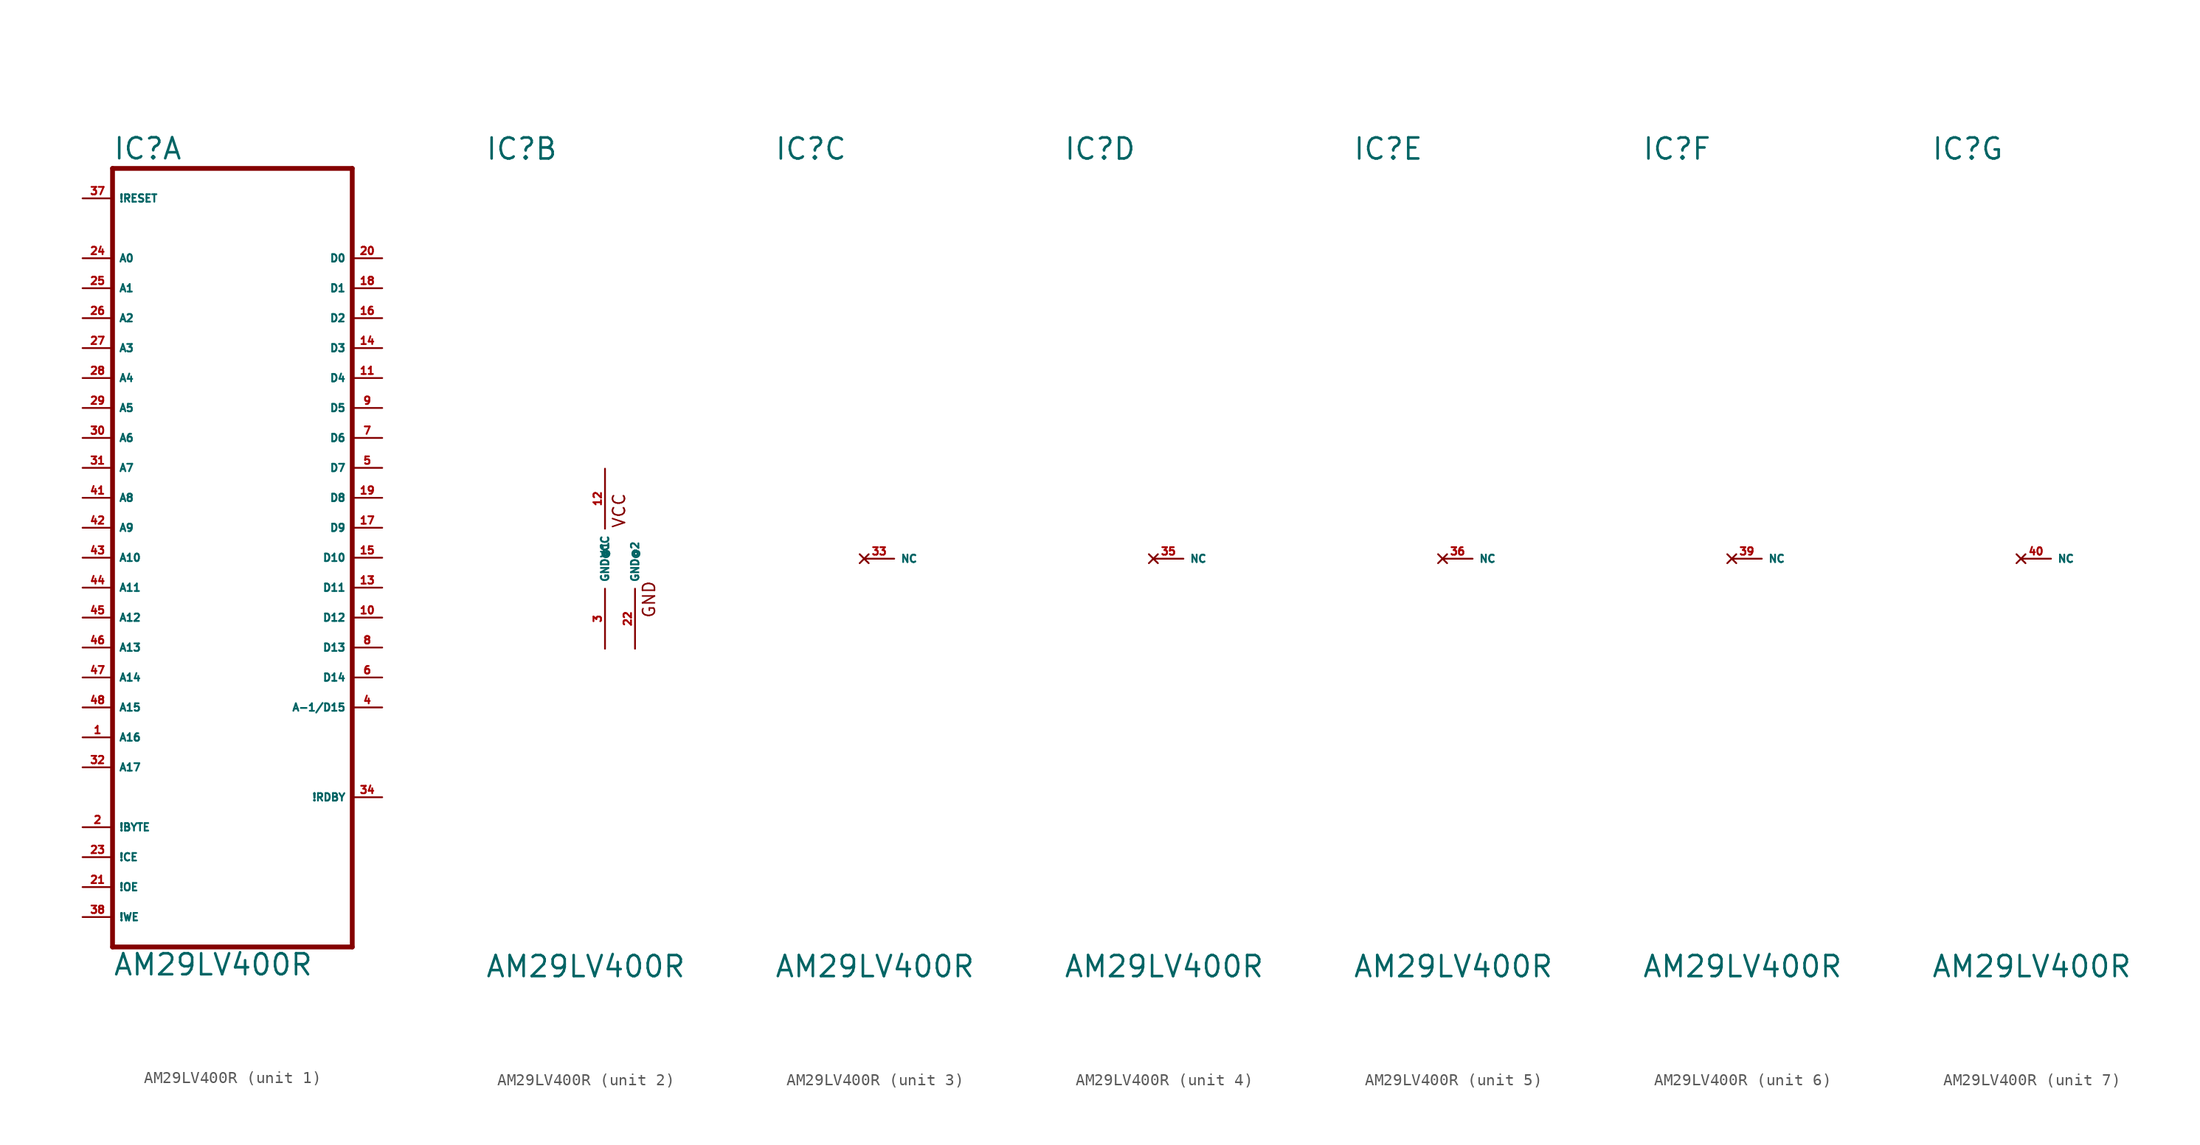
<source format=kicad_sym>
(kicad_symbol_lib
  (version 20220914)
  (generator Eagle2Kicad)
  (symbol "AM29LV400R"
    (property "Reference" "IC"
      (at -10.16 33.655 0)
      (effects (font (size 1.778 1.778) (thickness 0.22)) (justify left bottom)))
    (property "Value" "AM29LV400R"
      (at -10.16 -35.56 0)
      (effects (font (size 1.778 1.778) (thickness 0.22)) (justify left bottom)))
    (symbol "AM29LV400R_1_0"
      (polyline (pts (xy -10.16 -33.02) (xy 10.16 -33.02)) (stroke (width 0.406) (type default)) (fill (type none)))
      (polyline (pts (xy 10.16 -33.02) (xy 10.16 33.02)) (stroke (width 0.406) (type default)) (fill (type none)))
      (polyline (pts (xy 10.16 33.02) (xy -10.16 33.02)) (stroke (width 0.406) (type default)) (fill (type none)))
      (polyline (pts (xy -10.16 33.02) (xy -10.16 -33.02)) (stroke (width 0.406) (type default)) (fill (type none)))
      (pin input line (at -12.7 -30.48 0) (length 2.54) (name "!WE" (effects (font (size 0.635 0.635) (thickness 0.08)) (justify left bottom))) (number "38" (effects (font (size 0.635 0.635) (thickness 0.08)) (justify left bottom))))
      (pin input line (at -12.7 -5.08 0) (length 2.54) (name "A12" (effects (font (size 0.635 0.635) (thickness 0.08)) (justify left bottom))) (number "45" (effects (font (size 0.635 0.635) (thickness 0.08)) (justify left bottom))))
      (pin input line (at -12.7 7.62 0) (length 2.54) (name "A7" (effects (font (size 0.635 0.635) (thickness 0.08)) (justify left bottom))) (number "31" (effects (font (size 0.635 0.635) (thickness 0.08)) (justify left bottom))))
      (pin input line (at -12.7 10.16 0) (length 2.54) (name "A6" (effects (font (size 0.635 0.635) (thickness 0.08)) (justify left bottom))) (number "30" (effects (font (size 0.635 0.635) (thickness 0.08)) (justify left bottom))))
      (pin input line (at -12.7 12.7 0) (length 2.54) (name "A5" (effects (font (size 0.635 0.635) (thickness 0.08)) (justify left bottom))) (number "29" (effects (font (size 0.635 0.635) (thickness 0.08)) (justify left bottom))))
      (pin input line (at -12.7 15.24 0) (length 2.54) (name "A4" (effects (font (size 0.635 0.635) (thickness 0.08)) (justify left bottom))) (number "28" (effects (font (size 0.635 0.635) (thickness 0.08)) (justify left bottom))))
      (pin input line (at -12.7 17.78 0) (length 2.54) (name "A3" (effects (font (size 0.635 0.635) (thickness 0.08)) (justify left bottom))) (number "27" (effects (font (size 0.635 0.635) (thickness 0.08)) (justify left bottom))))
      (pin input line (at -12.7 20.32 0) (length 2.54) (name "A2" (effects (font (size 0.635 0.635) (thickness 0.08)) (justify left bottom))) (number "26" (effects (font (size 0.635 0.635) (thickness 0.08)) (justify left bottom))))
      (pin input line (at -12.7 22.86 0) (length 2.54) (name "A1" (effects (font (size 0.635 0.635) (thickness 0.08)) (justify left bottom))) (number "25" (effects (font (size 0.635 0.635) (thickness 0.08)) (justify left bottom))))
      (pin input line (at -12.7 25.4 0) (length 2.54) (name "A0" (effects (font (size 0.635 0.635) (thickness 0.08)) (justify left bottom))) (number "24" (effects (font (size 0.635 0.635) (thickness 0.08)) (justify left bottom))))
      (pin tri_state line (at 12.7 25.4 180) (length 2.54) (name "D0" (effects (font (size 0.635 0.635) (thickness 0.08)) (justify left bottom))) (number "20" (effects (font (size 0.635 0.635) (thickness 0.08)) (justify left bottom))))
      (pin input line (at -12.7 -25.4 0) (length 2.54) (name "!CE" (effects (font (size 0.635 0.635) (thickness 0.08)) (justify left bottom))) (number "23" (effects (font (size 0.635 0.635) (thickness 0.08)) (justify left bottom))))
      (pin input line (at -12.7 0 0) (length 2.54) (name "A10" (effects (font (size 0.635 0.635) (thickness 0.08)) (justify left bottom))) (number "43" (effects (font (size 0.635 0.635) (thickness 0.08)) (justify left bottom))))
      (pin input line (at -12.7 -27.94 0) (length 2.54) (name "!OE" (effects (font (size 0.635 0.635) (thickness 0.08)) (justify left bottom))) (number "21" (effects (font (size 0.635 0.635) (thickness 0.08)) (justify left bottom))))
      (pin input line (at -12.7 -2.54 0) (length 2.54) (name "A11" (effects (font (size 0.635 0.635) (thickness 0.08)) (justify left bottom))) (number "44" (effects (font (size 0.635 0.635) (thickness 0.08)) (justify left bottom))))
      (pin input line (at -12.7 2.54 0) (length 2.54) (name "A9" (effects (font (size 0.635 0.635) (thickness 0.08)) (justify left bottom))) (number "42" (effects (font (size 0.635 0.635) (thickness 0.08)) (justify left bottom))))
      (pin input line (at -12.7 5.08 0) (length 2.54) (name "A8" (effects (font (size 0.635 0.635) (thickness 0.08)) (justify left bottom))) (number "41" (effects (font (size 0.635 0.635) (thickness 0.08)) (justify left bottom))))
      (pin input line (at -12.7 -7.62 0) (length 2.54) (name "A13" (effects (font (size 0.635 0.635) (thickness 0.08)) (justify left bottom))) (number "46" (effects (font (size 0.635 0.635) (thickness 0.08)) (justify left bottom))))
      (pin input line (at -12.7 -10.16 0) (length 2.54) (name "A14" (effects (font (size 0.635 0.635) (thickness 0.08)) (justify left bottom))) (number "47" (effects (font (size 0.635 0.635) (thickness 0.08)) (justify left bottom))))
      (pin input line (at -12.7 -12.7 0) (length 2.54) (name "A15" (effects (font (size 0.635 0.635) (thickness 0.08)) (justify left bottom))) (number "48" (effects (font (size 0.635 0.635) (thickness 0.08)) (justify left bottom))))
      (pin input line (at -12.7 -15.24 0) (length 2.54) (name "A16" (effects (font (size 0.635 0.635) (thickness 0.08)) (justify left bottom))) (number "1" (effects (font (size 0.635 0.635) (thickness 0.08)) (justify left bottom))))
      (pin input line (at -12.7 -17.78 0) (length 2.54) (name "A17" (effects (font (size 0.635 0.635) (thickness 0.08)) (justify left bottom))) (number "32" (effects (font (size 0.635 0.635) (thickness 0.08)) (justify left bottom))))
      (pin tri_state line (at 12.7 22.86 180) (length 2.54) (name "D1" (effects (font (size 0.635 0.635) (thickness 0.08)) (justify left bottom))) (number "18" (effects (font (size 0.635 0.635) (thickness 0.08)) (justify left bottom))))
      (pin tri_state line (at 12.7 20.32 180) (length 2.54) (name "D2" (effects (font (size 0.635 0.635) (thickness 0.08)) (justify left bottom))) (number "16" (effects (font (size 0.635 0.635) (thickness 0.08)) (justify left bottom))))
      (pin tri_state line (at 12.7 17.78 180) (length 2.54) (name "D3" (effects (font (size 0.635 0.635) (thickness 0.08)) (justify left bottom))) (number "14" (effects (font (size 0.635 0.635) (thickness 0.08)) (justify left bottom))))
      (pin tri_state line (at 12.7 15.24 180) (length 2.54) (name "D4" (effects (font (size 0.635 0.635) (thickness 0.08)) (justify left bottom))) (number "11" (effects (font (size 0.635 0.635) (thickness 0.08)) (justify left bottom))))
      (pin tri_state line (at 12.7 12.7 180) (length 2.54) (name "D5" (effects (font (size 0.635 0.635) (thickness 0.08)) (justify left bottom))) (number "9" (effects (font (size 0.635 0.635) (thickness 0.08)) (justify left bottom))))
      (pin tri_state line (at 12.7 10.16 180) (length 2.54) (name "D6" (effects (font (size 0.635 0.635) (thickness 0.08)) (justify left bottom))) (number "7" (effects (font (size 0.635 0.635) (thickness 0.08)) (justify left bottom))))
      (pin tri_state line (at 12.7 7.62 180) (length 2.54) (name "D7" (effects (font (size 0.635 0.635) (thickness 0.08)) (justify left bottom))) (number "5" (effects (font (size 0.635 0.635) (thickness 0.08)) (justify left bottom))))
      (pin output line (at 12.7 -20.32 180) (length 2.54) (name "!RDBY" (effects (font (size 0.635 0.635) (thickness 0.08)) (justify left bottom))) (number "34" (effects (font (size 0.635 0.635) (thickness 0.08)) (justify left bottom))))
      (pin input line (at -12.7 30.48 0) (length 2.54) (name "!RESET" (effects (font (size 0.635 0.635) (thickness 0.08)) (justify left bottom))) (number "37" (effects (font (size 0.635 0.635) (thickness 0.08)) (justify left bottom))))
      (pin tri_state line (at 12.7 5.08 180) (length 2.54) (name "D8" (effects (font (size 0.635 0.635) (thickness 0.08)) (justify left bottom))) (number "19" (effects (font (size 0.635 0.635) (thickness 0.08)) (justify left bottom))))
      (pin tri_state line (at 12.7 2.54 180) (length 2.54) (name "D9" (effects (font (size 0.635 0.635) (thickness 0.08)) (justify left bottom))) (number "17" (effects (font (size 0.635 0.635) (thickness 0.08)) (justify left bottom))))
      (pin tri_state line (at 12.7 0 180) (length 2.54) (name "D10" (effects (font (size 0.635 0.635) (thickness 0.08)) (justify left bottom))) (number "15" (effects (font (size 0.635 0.635) (thickness 0.08)) (justify left bottom))))
      (pin tri_state line (at 12.7 -2.54 180) (length 2.54) (name "D11" (effects (font (size 0.635 0.635) (thickness 0.08)) (justify left bottom))) (number "13" (effects (font (size 0.635 0.635) (thickness 0.08)) (justify left bottom))))
      (pin tri_state line (at 12.7 -5.08 180) (length 2.54) (name "D12" (effects (font (size 0.635 0.635) (thickness 0.08)) (justify left bottom))) (number "10" (effects (font (size 0.635 0.635) (thickness 0.08)) (justify left bottom))))
      (pin tri_state line (at 12.7 -7.62 180) (length 2.54) (name "D13" (effects (font (size 0.635 0.635) (thickness 0.08)) (justify left bottom))) (number "8" (effects (font (size 0.635 0.635) (thickness 0.08)) (justify left bottom))))
      (pin tri_state line (at 12.7 -10.16 180) (length 2.54) (name "D14" (effects (font (size 0.635 0.635) (thickness 0.08)) (justify left bottom))) (number "6" (effects (font (size 0.635 0.635) (thickness 0.08)) (justify left bottom))))
      (pin tri_state line (at 12.7 -12.7 180) (length 2.54) (name "A-1/D15" (effects (font (size 0.635 0.635) (thickness 0.08)) (justify left bottom))) (number "4" (effects (font (size 0.635 0.635) (thickness 0.08)) (justify left bottom))))
      (pin input line (at -12.7 -22.86 0) (length 2.54) (name "!BYTE" (effects (font (size 0.635 0.635) (thickness 0.08)) (justify left bottom))) (number "2" (effects (font (size 0.635 0.635) (thickness 0.08)) (justify left bottom)))))
    (symbol "AM29LV400R_2_0"
      (text "GND" (at 4.318 -5.08 900) (effects (font (size 1.016 1.016) (thickness 0.13)) (justify left bottom)))
      (text "VCC" (at 1.778 2.54 900) (effects (font (size 1.016 1.016) (thickness 0.13)) (justify left bottom)))
      (pin unspecified line (at 0 7.62 270) (length 5.08) (name "VCC" (effects (font (size 0.635 0.635) (thickness 0.08)) (justify left bottom))) (number "12" (effects (font (size 0.635 0.635) (thickness 0.08)) (justify left bottom))))
      (pin unspecified line (at 0 -7.62 90) (length 5.08) (name "GND@1" (effects (font (size 0.635 0.635) (thickness 0.08)) (justify left bottom))) (number "3" (effects (font (size 0.635 0.635) (thickness 0.08)) (justify left bottom))))
      (pin unspecified line (at 2.54 -7.62 90) (length 5.08) (name "GND@2" (effects (font (size 0.635 0.635) (thickness 0.08)) (justify left bottom))) (number "22" (effects (font (size 0.635 0.635) (thickness 0.08)) (justify left bottom)))))
    (symbol "AM29LV400R_3_0"
      (pin no_connect line (at -2.54 0 0) (length 2.54) (name "NC" (effects (font (size 0.635 0.635) (thickness 0.08)) (justify left bottom) hide)) (number "33" (effects (font (size 0.635 0.635) (thickness 0.08)) (justify left bottom) hide))))
    (symbol "AM29LV400R_4_0"
      (pin no_connect line (at -2.54 0 0) (length 2.54) (name "NC" (effects (font (size 0.635 0.635) (thickness 0.08)) (justify left bottom) hide)) (number "35" (effects (font (size 0.635 0.635) (thickness 0.08)) (justify left bottom) hide))))
    (symbol "AM29LV400R_5_0"
      (pin no_connect line (at -2.54 0 0) (length 2.54) (name "NC" (effects (font (size 0.635 0.635) (thickness 0.08)) (justify left bottom) hide)) (number "36" (effects (font (size 0.635 0.635) (thickness 0.08)) (justify left bottom) hide))))
    (symbol "AM29LV400R_6_0"
      (pin no_connect line (at -2.54 0 0) (length 2.54) (name "NC" (effects (font (size 0.635 0.635) (thickness 0.08)) (justify left bottom) hide)) (number "39" (effects (font (size 0.635 0.635) (thickness 0.08)) (justify left bottom) hide))))
    (symbol "AM29LV400R_7_0"
      (pin no_connect line (at -2.54 0 0) (length 2.54) (name "NC" (effects (font (size 0.635 0.635) (thickness 0.08)) (justify left bottom) hide)) (number "40" (effects (font (size 0.635 0.635) (thickness 0.08)) (justify left bottom) hide))))))
</source>
